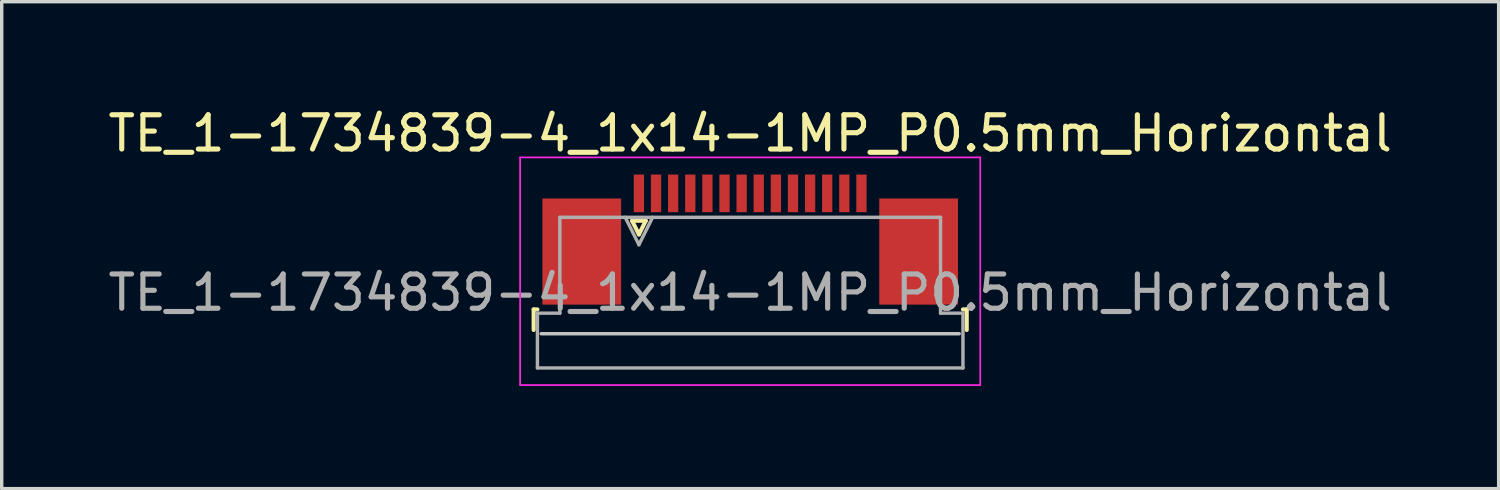
<source format=kicad_pcb>
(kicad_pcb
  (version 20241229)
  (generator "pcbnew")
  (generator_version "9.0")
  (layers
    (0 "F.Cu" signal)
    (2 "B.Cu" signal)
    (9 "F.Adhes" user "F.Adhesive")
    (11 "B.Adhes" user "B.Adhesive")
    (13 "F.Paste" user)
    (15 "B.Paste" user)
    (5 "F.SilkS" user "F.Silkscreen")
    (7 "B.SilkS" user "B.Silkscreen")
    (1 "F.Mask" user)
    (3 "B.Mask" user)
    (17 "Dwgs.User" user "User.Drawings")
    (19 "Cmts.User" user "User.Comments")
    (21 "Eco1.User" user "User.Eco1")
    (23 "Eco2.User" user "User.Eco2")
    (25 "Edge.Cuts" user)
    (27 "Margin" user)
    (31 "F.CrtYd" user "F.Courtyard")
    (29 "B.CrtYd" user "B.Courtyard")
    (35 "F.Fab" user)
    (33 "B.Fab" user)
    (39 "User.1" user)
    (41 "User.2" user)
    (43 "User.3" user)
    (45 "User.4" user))
  (footprint "TE_1-1734839-4_1x14-1MP_P0.5mm_Horizontal"
    (layer "F.Cu")
    (at 18.863 3.948)
    (property "Reference" "TE_1-1734839-4_1x14-1MP_P0.5mm_Horizontal" (at 0 -3.1 0) (layer "F.SilkS") (effects (font (size 1 1) (thickness 0.15))))
    (attr smd)
    (fp_line (start -6.325 2.04) (end -6.325 2.64) (stroke (width 0.12) (type solid)) (layer "F.SilkS"))
    (fp_line (start -6.215 2.04) (end -6.325 2.04) (stroke (width 0.12) (type solid)) (layer "F.SilkS"))
    (fp_line (start -3.45 -0.55) (end -3.25 -0.15) (stroke (width 0.12) (type solid)) (layer "F.SilkS"))
    (fp_line (start -3.25 -0.15) (end -3.05 -0.55) (stroke (width 0.12) (type solid)) (layer "F.SilkS"))
    (fp_line (start -3.05 -0.55) (end -3.45 -0.55) (stroke (width 0.12) (type solid)) (layer "F.SilkS"))
    (fp_line (start 6.215 2.04) (end 6.325 2.04) (stroke (width 0.12) (type solid)) (layer "F.SilkS"))
    (fp_line (start 6.325 2.04) (end 6.325 2.64) (stroke (width 0.12) (type solid)) (layer "F.SilkS"))
    (fp_line (start 6.105 2.75) (end -6.105 2.75) (stroke (width 0.1) (type solid)) (layer "Dwgs.User"))
    (fp_line (start -6.72 -2.4) (end -6.72 4.25) (stroke (width 0.05) (type solid)) (layer "F.CrtYd"))
    (fp_line (start -6.72 4.25) (end 6.72 4.25) (stroke (width 0.05) (type solid)) (layer "F.CrtYd"))
    (fp_line (start 6.72 -2.4) (end -6.72 -2.4) (stroke (width 0.05) (type solid)) (layer "F.CrtYd"))
    (fp_line (start 6.72 4.25) (end 6.72 -2.4) (stroke (width 0.05) (type solid)) (layer "F.CrtYd"))
    (fp_line (start -6.215 2.15) (end -5.56 2.15) (stroke (width 0.1) (type solid)) (layer "F.Fab"))
    (fp_line (start -6.215 3.75) (end -6.215 2.15) (stroke (width 0.1) (type solid)) (layer "F.Fab"))
    (fp_line (start -5.56 -0.65) (end 5.56 -0.65) (stroke (width 0.1) (type solid)) (layer "F.Fab"))
    (fp_line (start -5.56 2.15) (end -5.56 -0.65) (stroke (width 0.1) (type solid)) (layer "F.Fab"))
    (fp_line (start -3.65 -0.65) (end -3.25 0.15) (stroke (width 0.1) (type solid)) (layer "F.Fab"))
    (fp_line (start -3.25 0.15) (end -2.85 -0.65) (stroke (width 0.1) (type solid)) (layer "F.Fab"))
    (fp_line (start 5.56 -0.65) (end 5.56 2.15) (stroke (width 0.1) (type solid)) (layer "F.Fab"))
    (fp_line (start 5.56 2.15) (end 6.215 2.15) (stroke (width 0.1) (type solid)) (layer "F.Fab"))
    (fp_line (start 6.215 2.15) (end 6.215 3.75) (stroke (width 0.1) (type solid)) (layer "F.Fab"))
    (fp_line (start 6.215 3.75) (end -6.215 3.75) (stroke (width 0.1) (type solid)) (layer "F.Fab"))
    (fp_text user "${REFERENCE}" (at 0 1.55 0) (layer "F.Fab") (effects (font (size 1 1) (thickness 0.15))))
    (pad "1" smd rect (at -3.25 -1.35) (size 0.3 1.1) (layers "F.Cu" "F.Mask" "F.Paste"))
    (pad "2" smd rect (at -2.75 -1.35) (size 0.3 1.1) (layers "F.Cu" "F.Mask" "F.Paste"))
    (pad "3" smd rect (at -2.25 -1.35) (size 0.3 1.1) (layers "F.Cu" "F.Mask" "F.Paste"))
    (pad "4" smd rect (at -1.75 -1.35) (size 0.3 1.1) (layers "F.Cu" "F.Mask" "F.Paste"))
    (pad "5" smd rect (at -1.25 -1.35) (size 0.3 1.1) (layers "F.Cu" "F.Mask" "F.Paste"))
    (pad "6" smd rect (at -0.75 -1.35) (size 0.3 1.1) (layers "F.Cu" "F.Mask" "F.Paste"))
    (pad "7" smd rect (at -0.25 -1.35) (size 0.3 1.1) (layers "F.Cu" "F.Mask" "F.Paste"))
    (pad "8" smd rect (at 0.25 -1.35) (size 0.3 1.1) (layers "F.Cu" "F.Mask" "F.Paste"))
    (pad "9" smd rect (at 0.75 -1.35) (size 0.3 1.1) (layers "F.Cu" "F.Mask" "F.Paste"))
    (pad "10" smd rect (at 1.25 -1.35) (size 0.3 1.1) (layers "F.Cu" "F.Mask" "F.Paste"))
    (pad "11" smd rect (at 1.75 -1.35) (size 0.3 1.1) (layers "F.Cu" "F.Mask" "F.Paste"))
    (pad "12" smd rect (at 2.25 -1.35) (size 0.3 1.1) (layers "F.Cu" "F.Mask" "F.Paste"))
    (pad "13" smd rect (at 2.75 -1.35) (size 0.3 1.1) (layers "F.Cu" "F.Mask" "F.Paste"))
    (pad "14" smd rect (at 3.25 -1.35) (size 0.3 1.1) (layers "F.Cu" "F.Mask" "F.Paste"))
    (pad "MP" smd rect (at -4.92 0.35) (size 2.3 3.1) (layers "F.Cu" "F.Mask" "F.Paste"))
    (pad "MP" smd rect (at 4.92 0.35) (size 2.3 3.1) (layers "F.Cu" "F.Mask" "F.Paste")))
  (gr_rect
    (start -3 -3)
    (end 40.726 11.223)
    (stroke (width 0.1) (type default))
    (fill no)
    (layer "Edge.Cuts")))
</source>
